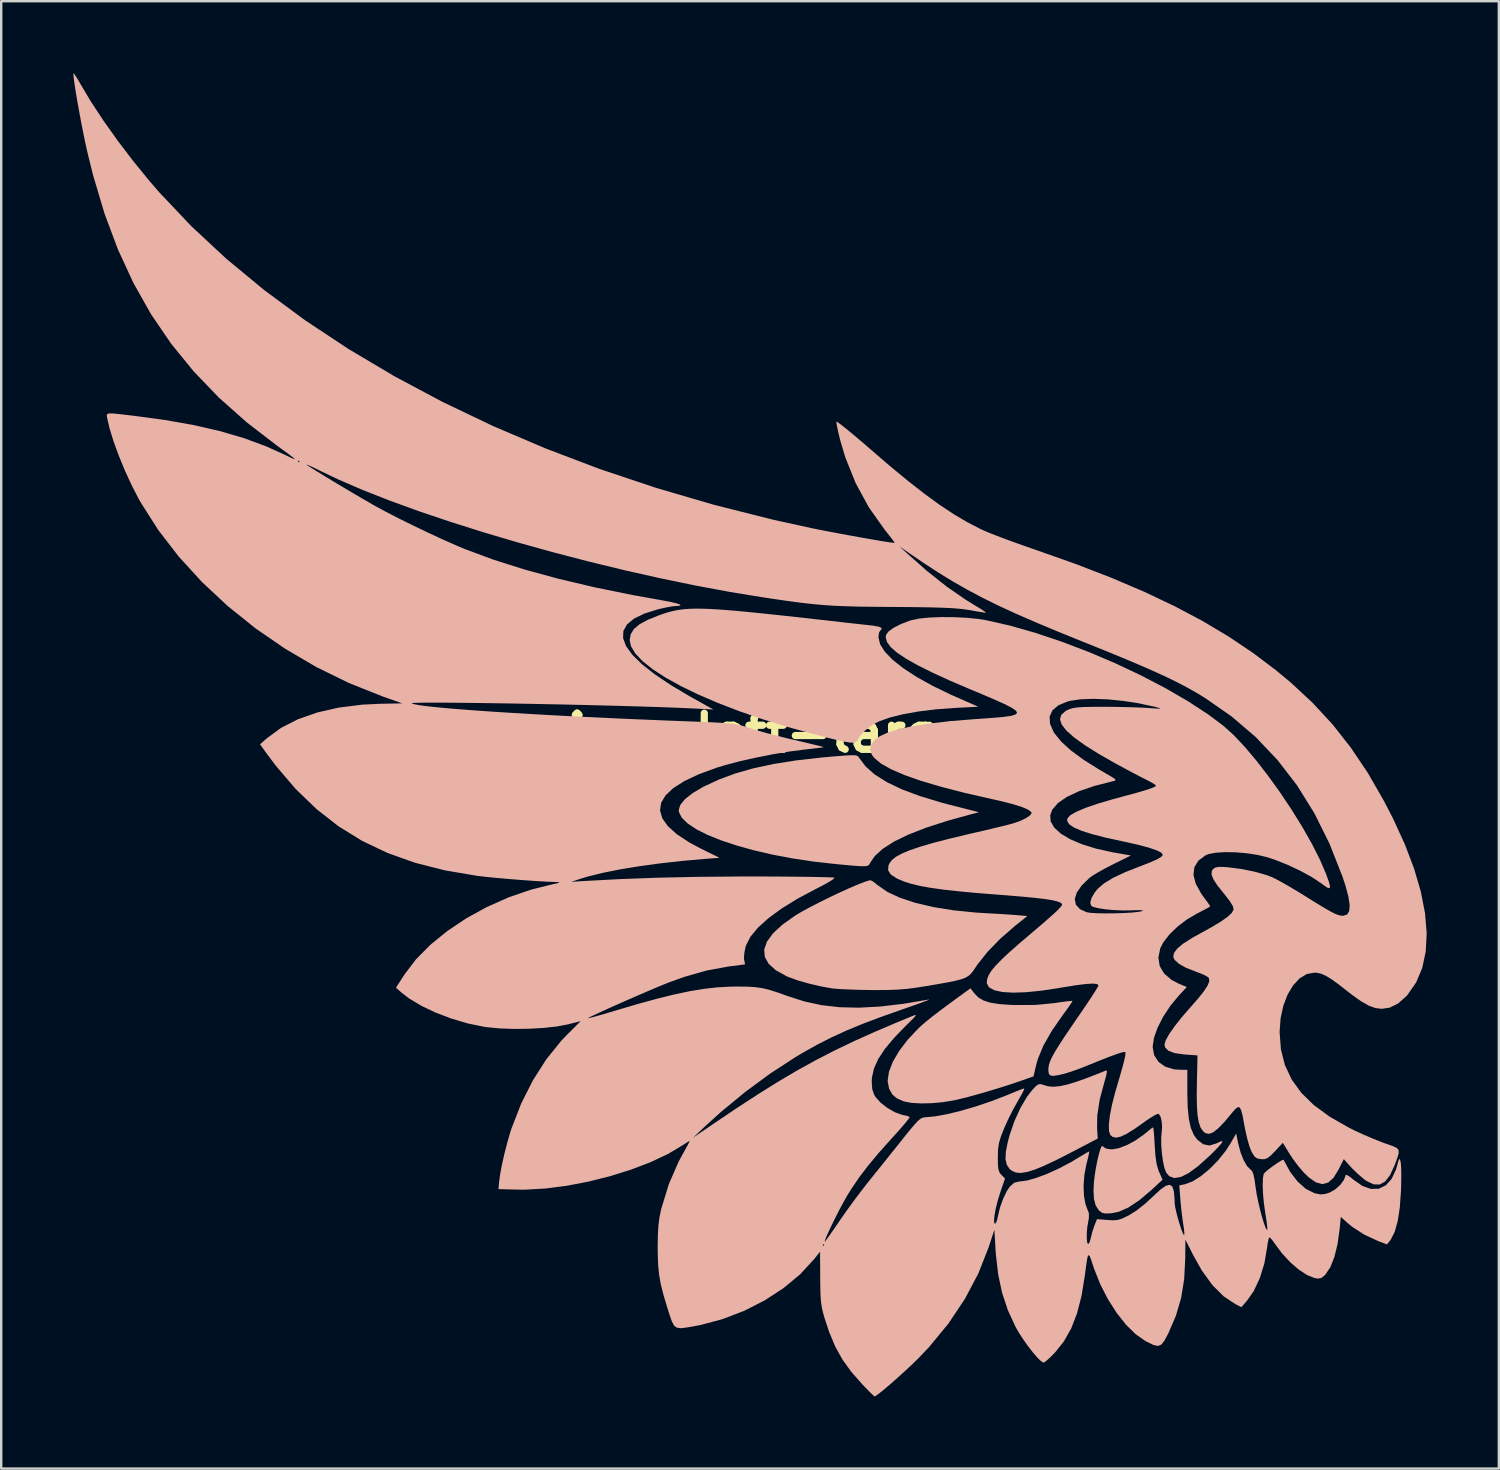
<source format=kicad_pcb>
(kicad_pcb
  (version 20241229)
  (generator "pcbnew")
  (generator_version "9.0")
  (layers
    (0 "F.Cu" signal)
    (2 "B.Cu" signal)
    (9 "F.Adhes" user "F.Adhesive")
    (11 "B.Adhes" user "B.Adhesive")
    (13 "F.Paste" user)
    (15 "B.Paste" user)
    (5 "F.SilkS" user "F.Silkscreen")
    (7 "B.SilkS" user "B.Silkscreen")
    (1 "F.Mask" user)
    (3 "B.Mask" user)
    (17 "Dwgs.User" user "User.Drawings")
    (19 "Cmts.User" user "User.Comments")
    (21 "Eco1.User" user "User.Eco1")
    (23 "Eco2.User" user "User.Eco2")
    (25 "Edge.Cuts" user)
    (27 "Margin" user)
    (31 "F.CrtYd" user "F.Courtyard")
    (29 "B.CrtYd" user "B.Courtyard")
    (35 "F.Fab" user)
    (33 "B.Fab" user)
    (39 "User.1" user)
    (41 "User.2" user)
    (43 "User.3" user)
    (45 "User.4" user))
  (footprint "wing-left-large"
    (layer "F.Cu")
    (at 28.121 27.421)
    (property "Reference" "wing-left-large" (at 0 0 0) (layer "F.SilkS") (effects (font (size 1.5 1.5) (thickness 0.3))))
    (attr board_only exclude_from_pos_files exclude_from_bom)
    (fp_poly (pts (xy 14.846 14.068) (xy 14.82 14.226) (xy 14.748 14.484) (xy 14.738 14.516) (xy 14.545 15.242) (xy 14.444 15.902) (xy 14.436 16.42) (xy 14.464 16.86) (xy 13.353 17.44) (xy 12.75 17.748) (xy 12.252 17.983) (xy 11.847 18.15) (xy 11.521 18.251) (xy 11.262 18.291) (xy 11.057 18.273) (xy 10.892 18.2) (xy 10.797 18.121) (xy 10.68 17.946) (xy 10.629 17.71) (xy 10.645 17.396) (xy 10.728 16.985) (xy 10.804 16.703) (xy 11.002 16.131) (xy 11.247 15.593) (xy 11.52 15.128) (xy 11.742 14.839) (xy 11.896 14.676) (xy 12.003 14.603) (xy 12.106 14.6) (xy 12.194 14.629) (xy 12.395 14.687) (xy 12.618 14.706) (xy 12.879 14.683) (xy 13.196 14.615) (xy 13.584 14.497) (xy 14.06 14.326) (xy 14.642 14.098) (xy 14.823 14.025)) (stroke (width 0) (type solid)) (fill yes) (layer "B.SilkS"))
    (fp_poly (pts (xy 16.78 16.459) (xy 16.799 16.637) (xy 16.818 16.898) (xy 16.832 17.155) (xy 16.863 17.59) (xy 16.912 17.918) (xy 16.984 18.171) (xy 17.013 18.243) (xy 17.158 18.571) (xy 16.679 19.013) (xy 16.181 19.433) (xy 15.733 19.73) (xy 15.327 19.908) (xy 15.026 19.967) (xy 14.793 19.977) (xy 14.647 19.948) (xy 14.535 19.867) (xy 14.505 19.837) (xy 14.377 19.639) (xy 14.306 19.369) (xy 14.288 19.005) (xy 14.304 18.689) (xy 14.336 18.404) (xy 14.385 18.092) (xy 14.446 17.782) (xy 14.511 17.507) (xy 14.574 17.296) (xy 14.626 17.181) (xy 14.644 17.168) (xy 14.726 17.218) (xy 14.74 17.238) (xy 14.832 17.283) (xy 15.008 17.307) (xy 15.069 17.309) (xy 15.342 17.261) (xy 15.675 17.132) (xy 16.031 16.939) (xy 16.372 16.7) (xy 16.455 16.632) (xy 16.617 16.498) (xy 16.732 16.411) (xy 16.765 16.394)) (stroke (width 0) (type solid)) (fill yes) (layer "B.SilkS"))
    (fp_poly (pts (xy 9.334 10.823) (xy 9.502 10.994) (xy 9.715 11.121) (xy 9.996 11.211) (xy 10.367 11.27) (xy 10.848 11.304) (xy 11.011 11.31) (xy 11.869 11.306) (xy 12.636 11.232) (xy 12.659 11.228) (xy 12.962 11.185) (xy 13.208 11.153) (xy 13.368 11.137) (xy 13.413 11.138) (xy 13.382 11.199) (xy 13.284 11.347) (xy 13.134 11.556) (xy 13.023 11.706) (xy 12.555 12.381) (xy 12.204 12.998) (xy 11.974 13.551) (xy 11.91 13.777) (xy 11.793 14.275) (xy 11.297 14.45) (xy 10.774 14.627) (xy 10.205 14.806) (xy 9.632 14.976) (xy 9.094 15.125) (xy 8.632 15.24) (xy 8.478 15.274) (xy 8.028 15.348) (xy 7.558 15.39) (xy 7.108 15.4) (xy 6.714 15.376) (xy 6.415 15.318) (xy 6.385 15.308) (xy 6.107 15.184) (xy 5.926 15.028) (xy 5.797 14.802) (xy 5.789 14.784) (xy 5.729 14.465) (xy 5.783 14.089) (xy 5.945 13.669) (xy 6.206 13.22) (xy 6.56 12.756) (xy 6.999 12.289) (xy 7.177 12.123) (xy 7.352 11.976) (xy 7.609 11.771) (xy 7.919 11.534) (xy 8.249 11.288) (xy 8.332 11.227) (xy 9.171 10.615)) (stroke (width 0) (type solid)) (fill yes) (layer "B.SilkS"))
    (fp_poly (pts (xy 4.424 0.936) (xy 4.49 0.965) (xy 4.529 1.01) (xy 4.535 1.021) (xy 4.809 1.386) (xy 5.194 1.727) (xy 5.697 2.044) (xy 6.321 2.343) (xy 7.073 2.624) (xy 7.959 2.892) (xy 8.333 2.991) (xy 9.524 3.295) (xy 9.212 3.375) (xy 8.203 3.654) (xy 7.332 3.936) (xy 6.598 4.222) (xy 5.999 4.512) (xy 5.534 4.809) (xy 5.2 5.111) (xy 5.023 5.365) (xy 4.985 5.437) (xy 4.947 5.489) (xy 4.887 5.523) (xy 4.786 5.539) (xy 4.625 5.539) (xy 4.383 5.523) (xy 4.042 5.493) (xy 3.581 5.45) (xy 3.553 5.447) (xy 2.647 5.346) (xy 1.772 5.214) (xy 0.94 5.056) (xy 0.16 4.876) (xy -0.557 4.676) (xy -1.2 4.462) (xy -1.759 4.236) (xy -2.224 4.002) (xy -2.584 3.763) (xy -2.828 3.524) (xy -2.946 3.287) (xy -2.955 3.201) (xy -2.888 2.985) (xy -2.692 2.748) (xy -2.377 2.5) (xy -1.953 2.248) (xy -1.913 2.227) (xy -1.278 1.932) (xy -0.593 1.679) (xy 0.158 1.466) (xy 0.993 1.288) (xy 1.926 1.14) (xy 2.975 1.021) (xy 3.444 0.979) (xy 3.843 0.947) (xy 4.123 0.928) (xy 4.31 0.924)) (stroke (width 0) (type solid)) (fill yes) (layer "B.SilkS"))
    (fp_poly (pts (xy 5.106 6.164) (xy 5.252 6.273) (xy 5.323 6.333) (xy 5.72 6.608) (xy 6.244 6.852) (xy 6.884 7.063) (xy 7.629 7.237) (xy 8.468 7.372) (xy 9.389 7.465) (xy 9.854 7.494) (xy 10.231 7.514) (xy 10.608 7.537) (xy 10.932 7.559) (xy 11.097 7.572) (xy 11.535 7.61) (xy 11.027 8.018) (xy 10.416 8.549) (xy 9.891 9.088) (xy 9.475 9.611) (xy 9.404 9.714) (xy 9.297 9.874) (xy 9.2 9.999) (xy 9.092 10.098) (xy 8.954 10.177) (xy 8.768 10.245) (xy 8.514 10.309) (xy 8.172 10.377) (xy 7.724 10.456) (xy 7.363 10.517) (xy 6.912 10.589) (xy 6.52 10.639) (xy 6.138 10.669) (xy 5.722 10.684) (xy 5.223 10.687) (xy 5.077 10.686) (xy 4.637 10.68) (xy 4.213 10.667) (xy 3.838 10.651) (xy 3.547 10.631) (xy 3.412 10.616) (xy 2.952 10.534) (xy 2.47 10.421) (xy 2.014 10.292) (xy 1.634 10.157) (xy 1.522 10.109) (xy 1.083 9.864) (xy 0.783 9.597) (xy 0.622 9.308) (xy 0.598 8.999) (xy 0.713 8.673) (xy 0.965 8.328) (xy 1.355 7.968) (xy 1.882 7.594) (xy 1.9 7.582) (xy 2.167 7.423) (xy 2.506 7.239) (xy 2.893 7.04) (xy 3.306 6.836) (xy 3.721 6.639) (xy 4.117 6.459) (xy 4.469 6.308) (xy 4.756 6.195) (xy 4.954 6.131) (xy 5.018 6.121)) (stroke (width 0) (type solid)) (fill yes) (layer "B.SilkS"))
    (fp_poly (pts (xy -1.757 -5.16) (xy -1.314 -5.136) (xy -0.795 -5.097) (xy -0.187 -5.042) (xy 0.521 -4.971) (xy 1.339 -4.884) (xy 2.279 -4.78) (xy 2.885 -4.712) (xy 3.404 -4.654) (xy 3.896 -4.598) (xy 4.338 -4.549) (xy 4.706 -4.508) (xy 4.979 -4.478) (xy 5.119 -4.462) (xy 5.367 -4.419) (xy 5.481 -4.36) (xy 5.457 -4.285) (xy 5.418 -4.257) (xy 5.369 -4.163) (xy 5.347 -3.994) (xy 5.347 -3.982) (xy 5.415 -3.692) (xy 5.614 -3.378) (xy 5.938 -3.042) (xy 6.38 -2.692) (xy 6.935 -2.33) (xy 7.595 -1.962) (xy 8.356 -1.594) (xy 8.573 -1.497) (xy 9.496 -1.091) (xy 8.503 -1.04) (xy 7.743 -0.984) (xy 7.033 -0.897) (xy 6.392 -0.784) (xy 5.84 -0.648) (xy 5.394 -0.492) (xy 5.136 -0.363) (xy 4.88 -0.179) (xy 4.661 0.029) (xy 4.518 0.221) (xy 4.498 0.264) (xy 4.461 0.334) (xy 4.403 0.382) (xy 4.308 0.404) (xy 4.161 0.398) (xy 3.945 0.364) (xy 3.644 0.298) (xy 3.243 0.2) (xy 2.725 0.067) (xy 2.603 0.035) (xy 1.531 -0.262) (xy 0.512 -0.578) (xy -0.444 -0.908) (xy -1.331 -1.25) (xy -2.141 -1.598) (xy -2.866 -1.949) (xy -3.498 -2.299) (xy -4.029 -2.644) (xy -4.452 -2.98) (xy -4.759 -3.303) (xy -4.942 -3.609) (xy -4.994 -3.863) (xy -4.951 -4.106) (xy -4.819 -4.322) (xy -4.584 -4.52) (xy -4.235 -4.709) (xy -3.761 -4.899) (xy -3.65 -4.938) (xy -3.431 -5.009) (xy -3.213 -5.067) (xy -2.986 -5.113) (xy -2.738 -5.146) (xy -2.458 -5.165) (xy -2.135 -5.17)) (stroke (width 0) (type solid)) (fill yes) (layer "B.SilkS"))
    (fp_poly (pts (xy 8.471 -4.815) (xy 8.996 -4.79) (xy 9.486 -4.742) (xy 9.815 -4.69) (xy 10.818 -4.463) (xy 11.879 -4.16) (xy 12.976 -3.792) (xy 14.088 -3.368) (xy 15.191 -2.899) (xy 16.263 -2.393) (xy 17.281 -1.862) (xy 18.224 -1.315) (xy 19.068 -0.763) (xy 19.692 -0.295) (xy 20.11 0.082) (xy 20.568 0.568) (xy 21.053 1.142) (xy 21.548 1.782) (xy 22.041 2.467) (xy 22.515 3.176) (xy 22.958 3.889) (xy 23.353 4.583) (xy 23.687 5.239) (xy 23.945 5.834) (xy 23.961 5.877) (xy 24.072 6.185) (xy 24.121 6.374) (xy 24.104 6.453) (xy 24.015 6.433) (xy 23.85 6.323) (xy 23.764 6.258) (xy 23.378 5.999) (xy 22.898 5.735) (xy 22.367 5.485) (xy 21.829 5.271) (xy 21.495 5.161) (xy 21.095 5.066) (xy 20.651 4.999) (xy 20.195 4.961) (xy 19.759 4.953) (xy 19.376 4.977) (xy 19.077 5.032) (xy 18.951 5.082) (xy 18.649 5.307) (xy 18.48 5.581) (xy 18.443 5.901) (xy 18.538 6.267) (xy 18.765 6.679) (xy 18.889 6.852) (xy 19.023 7.031) (xy 19.113 7.161) (xy 19.138 7.206) (xy 19.079 7.248) (xy 18.923 7.335) (xy 18.699 7.451) (xy 18.6 7.501) (xy 18.176 7.748) (xy 17.781 8.05) (xy 17.441 8.379) (xy 17.186 8.709) (xy 17.063 8.95) (xy 16.984 9.336) (xy 17.04 9.69) (xy 17.225 10.003) (xy 17.534 10.266) (xy 17.806 10.409) (xy 18.164 10.563) (xy 17.845 10.904) (xy 17.491 11.33) (xy 17.189 11.786) (xy 16.954 12.243) (xy 16.802 12.672) (xy 16.746 13.045) (xy 16.746 13.054) (xy 16.809 13.394) (xy 16.988 13.671) (xy 17.267 13.871) (xy 17.633 13.982) (xy 17.871 14) (xy 18.188 14.002) (xy 18.188 14.969) (xy 18.203 15.569) (xy 18.252 16.049) (xy 18.336 16.425) (xy 18.461 16.715) (xy 18.603 16.907) (xy 18.849 17.097) (xy 19.11 17.149) (xy 19.398 17.063) (xy 19.433 17.045) (xy 19.593 16.969) (xy 19.65 16.975) (xy 19.603 17.064) (xy 19.451 17.238) (xy 19.193 17.499) (xy 19.09 17.599) (xy 18.633 18.009) (xy 18.242 18.296) (xy 17.913 18.46) (xy 17.644 18.502) (xy 17.434 18.423) (xy 17.313 18.284) (xy 17.239 18.094) (xy 17.176 17.808) (xy 17.129 17.468) (xy 17.103 17.12) (xy 17.102 16.807) (xy 17.118 16.644) (xy 17.138 16.389) (xy 17.121 16.145) (xy 17.075 15.95) (xy 17.006 15.841) (xy 16.974 15.831) (xy 16.871 15.87) (xy 16.69 15.975) (xy 16.466 16.125) (xy 16.403 16.171) (xy 15.987 16.464) (xy 15.66 16.666) (xy 15.409 16.784) (xy 15.219 16.823) (xy 15.076 16.787) (xy 14.986 16.71) (xy 14.931 16.55) (xy 14.925 16.277) (xy 14.968 15.907) (xy 15.055 15.459) (xy 15.185 14.949) (xy 15.236 14.776) (xy 15.387 14.263) (xy 15.498 13.871) (xy 15.571 13.587) (xy 15.61 13.398) (xy 15.617 13.292) (xy 15.606 13.261) (xy 15.517 13.265) (xy 15.302 13.33) (xy 14.961 13.454) (xy 14.494 13.638) (xy 14.051 13.819) (xy 13.603 13.993) (xy 13.202 14.128) (xy 12.868 14.217) (xy 12.624 14.254) (xy 12.515 14.245) (xy 12.435 14.181) (xy 12.41 14.035) (xy 12.414 13.928) (xy 12.433 13.801) (xy 12.479 13.657) (xy 12.559 13.48) (xy 12.681 13.258) (xy 12.854 12.976) (xy 13.086 12.621) (xy 13.385 12.179) (xy 13.734 11.671) (xy 13.972 11.323) (xy 14.18 11.011) (xy 14.344 10.756) (xy 14.453 10.577) (xy 14.494 10.493) (xy 14.494 10.492) (xy 14.442 10.438) (xy 14.28 10.418) (xy 14.003 10.432) (xy 13.604 10.48) (xy 13.077 10.563) (xy 12.891 10.595) (xy 12.15 10.709) (xy 11.5 10.776) (xy 10.948 10.795) (xy 10.5 10.768) (xy 10.164 10.695) (xy 9.946 10.576) (xy 9.853 10.413) (xy 9.85 10.373) (xy 9.869 10.223) (xy 9.931 10.062) (xy 10.046 9.88) (xy 10.224 9.666) (xy 10.475 9.409) (xy 10.807 9.099) (xy 11.232 8.726) (xy 11.759 8.278) (xy 11.785 8.255) (xy 12.094 7.993) (xy 12.38 7.744) (xy 12.618 7.532) (xy 12.785 7.378) (xy 12.83 7.332) (xy 12.953 7.195) (xy 12.985 7.121) (xy 12.936 7.069) (xy 12.889 7.043) (xy 12.758 6.994) (xy 12.547 6.947) (xy 12.245 6.9) (xy 11.84 6.853) (xy 11.322 6.803) (xy 10.68 6.75) (xy 10.308 6.721) (xy 9.435 6.652) (xy 8.69 6.583) (xy 8.058 6.513) (xy 7.528 6.439) (xy 7.086 6.36) (xy 6.718 6.273) (xy 6.412 6.176) (xy 6.153 6.067) (xy 6.108 6.044) (xy 5.862 5.884) (xy 5.75 5.713) (xy 5.762 5.515) (xy 5.803 5.422) (xy 5.907 5.281) (xy 6.079 5.145) (xy 6.329 5.008) (xy 6.665 4.869) (xy 7.098 4.723) (xy 7.638 4.566) (xy 8.294 4.396) (xy 9.077 4.208) (xy 9.323 4.152) (xy 9.754 4.052) (xy 10.163 3.955) (xy 10.521 3.868) (xy 10.796 3.799) (xy 10.941 3.76) (xy 11.227 3.661) (xy 11.469 3.546) (xy 11.64 3.432) (xy 11.715 3.333) (xy 11.709 3.298) (xy 11.577 3.191) (xy 11.306 3.074) (xy 10.896 2.948) (xy 10.346 2.81) (xy 10.061 2.747) (xy 8.945 2.493) (xy 7.967 2.241) (xy 7.128 1.993) (xy 6.428 1.748) (xy 5.868 1.506) (xy 5.447 1.267) (xy 5.167 1.032) (xy 5.07 0.899) (xy 5.002 0.696) (xy 5.034 0.517) (xy 5.161 0.317) (xy 5.398 0.137) (xy 5.749 -0.024) (xy 6.218 -0.167) (xy 6.808 -0.292) (xy 7.526 -0.401) (xy 8.374 -0.496) (xy 9.358 -0.576) (xy 9.521 -0.587) (xy 10.076 -0.626) (xy 10.514 -0.664) (xy 10.695 -0.689) (xy 12.465 -0.689) (xy 12.478 -0.388) (xy 12.626 -0.048) (xy 12.67 0.021) (xy 12.953 0.367) (xy 13.355 0.732) (xy 13.883 1.119) (xy 14.541 1.531) (xy 14.763 1.66) (xy 15.014 1.805) (xy 15.157 1.897) (xy 15.207 1.951) (xy 15.176 1.983) (xy 15.087 2.007) (xy 14.321 2.203) (xy 13.684 2.421) (xy 13.18 2.657) (xy 12.809 2.913) (xy 12.575 3.186) (xy 12.488 3.414) (xy 12.507 3.679) (xy 12.657 3.937) (xy 12.93 4.185) (xy 13.316 4.416) (xy 13.805 4.624) (xy 14.389 4.806) (xy 15.059 4.955) (xy 15.149 4.971) (xy 15.843 5.093) (xy 15.095 5.463) (xy 14.776 5.627) (xy 14.482 5.79) (xy 14.25 5.931) (xy 14.127 6.018) (xy 13.797 6.339) (xy 13.591 6.638) (xy 13.509 6.906) (xy 13.554 7.137) (xy 13.724 7.324) (xy 14.002 7.451) (xy 14.17 7.478) (xy 14.442 7.493) (xy 14.784 7.5) (xy 15.159 7.497) (xy 15.535 7.485) (xy 15.875 7.466) (xy 16.145 7.439) (xy 16.31 7.407) (xy 16.314 7.405) (xy 16.339 7.378) (xy 16.229 7.365) (xy 15.987 7.368) (xy 15.854 7.374) (xy 15.498 7.378) (xy 15.13 7.363) (xy 14.783 7.33) (xy 14.487 7.285) (xy 14.276 7.23) (xy 14.193 7.185) (xy 14.152 7.051) (xy 14.207 6.853) (xy 14.348 6.618) (xy 14.46 6.481) (xy 14.721 6.254) (xy 15.099 6.024) (xy 15.602 5.787) (xy 16.165 5.565) (xy 16.596 5.399) (xy 16.899 5.267) (xy 17.086 5.162) (xy 17.164 5.08) (xy 17.168 5.06) (xy 17.099 4.972) (xy 16.897 4.872) (xy 16.567 4.761) (xy 16.118 4.642) (xy 15.554 4.516) (xy 15.514 4.508) (xy 14.805 4.353) (xy 14.231 4.206) (xy 13.788 4.065) (xy 13.47 3.927) (xy 13.273 3.791) (xy 13.192 3.654) (xy 13.202 3.554) (xy 13.318 3.423) (xy 13.571 3.276) (xy 13.957 3.113) (xy 14.473 2.936) (xy 15.117 2.746) (xy 15.514 2.639) (xy 16.052 2.495) (xy 16.453 2.377) (xy 16.723 2.285) (xy 16.863 2.219) (xy 16.886 2.19) (xy 16.828 2.136) (xy 16.676 2.044) (xy 16.482 1.943) (xy 16.263 1.833) (xy 15.959 1.674) (xy 15.611 1.489) (xy 15.256 1.297) (xy 15.233 1.285) (xy 14.518 0.878) (xy 13.935 0.513) (xy 13.483 0.187) (xy 13.16 -0.101) (xy 12.964 -0.353) (xy 12.894 -0.571) (xy 12.948 -0.756) (xy 13.125 -0.911) (xy 13.193 -0.948) (xy 13.316 -1.001) (xy 13.454 -1.038) (xy 13.634 -1.064) (xy 13.879 -1.079) (xy 14.217 -1.086) (xy 14.635 -1.089) (xy 15.095 -1.086) (xy 15.571 -1.078) (xy 16.016 -1.066) (xy 16.386 -1.05) (xy 16.499 -1.043) (xy 16.815 -1.022) (xy 17.002 -1.012) (xy 17.071 -1.016) (xy 17.034 -1.035) (xy 16.903 -1.071) (xy 16.816 -1.093) (xy 16.177 -1.232) (xy 15.522 -1.334) (xy 14.88 -1.397) (xy 14.28 -1.42) (xy 13.748 -1.4) (xy 13.313 -1.336) (xy 13.212 -1.31) (xy 12.833 -1.154) (xy 12.584 -0.945) (xy 12.465 -0.689) (xy 10.695 -0.689) (xy 10.833 -0.707) (xy 11.033 -0.762) (xy 11.111 -0.832) (xy 11.066 -0.924) (xy 10.898 -1.043) (xy 10.604 -1.195) (xy 10.184 -1.384) (xy 9.635 -1.618) (xy 9.217 -1.792) (xy 8.344 -2.165) (xy 7.603 -2.504) (xy 6.987 -2.811) (xy 6.494 -3.089) (xy 6.118 -3.342) (xy 5.855 -3.572) (xy 5.7 -3.783) (xy 5.649 -3.976) (xy 5.665 -4.084) (xy 5.769 -4.223) (xy 5.984 -4.376) (xy 6.282 -4.528) (xy 6.636 -4.664) (xy 6.719 -4.69) (xy 7.036 -4.756) (xy 7.456 -4.798) (xy 7.946 -4.818)) (stroke (width 0) (type solid)) (fill yes) (layer "B.SilkS"))
    (fp_poly (pts (xy -28.072 -27.378) (xy -27.98 -27.238) (xy -27.857 -27.032) (xy -27.833 -26.988) (xy -27.39 -26.246) (xy -26.861 -25.443) (xy -26.267 -24.608) (xy -25.628 -23.77) (xy -24.967 -22.959) (xy -24.554 -22.48) (xy -23.222 -21.073) (xy -21.763 -19.715) (xy -20.183 -18.408) (xy -18.488 -17.157) (xy -16.683 -15.963) (xy -14.775 -14.83) (xy -12.769 -13.761) (xy -10.672 -12.759) (xy -8.489 -11.828) (xy -6.226 -10.969) (xy -3.889 -10.187) (xy -1.485 -9.484) (xy 0.981 -8.863) (xy 2.568 -8.515) (xy 2.913 -8.445) (xy 3.315 -8.368) (xy 3.753 -8.285) (xy 4.205 -8.202) (xy 4.65 -8.122) (xy 5.067 -8.049) (xy 5.434 -7.986) (xy 5.73 -7.938) (xy 5.933 -7.909) (xy 6.022 -7.901) (xy 6.024 -7.902) (xy 5.988 -7.959) (xy 5.882 -8.1) (xy 5.724 -8.303) (xy 5.604 -8.454) (xy 4.949 -9.378) (xy 4.401 -10.385) (xy 3.97 -11.457) (xy 3.76 -12.161) (xy 3.686 -12.463) (xy 3.631 -12.715) (xy 3.602 -12.887) (xy 3.6 -12.942) (xy 3.657 -12.916) (xy 3.805 -12.808) (xy 4.03 -12.629) (xy 4.318 -12.391) (xy 4.654 -12.106) (xy 4.996 -11.811) (xy 5.828 -11.095) (xy 6.58 -10.475) (xy 7.263 -9.942) (xy 7.889 -9.486) (xy 8.473 -9.099) (xy 9.026 -8.771) (xy 9.561 -8.494) (xy 9.7 -8.428) (xy 9.937 -8.327) (xy 10.279 -8.192) (xy 10.701 -8.034) (xy 11.174 -7.862) (xy 11.671 -7.687) (xy 11.951 -7.59) (xy 13.562 -7.02) (xy 15.043 -6.447) (xy 16.406 -5.866) (xy 17.664 -5.269) (xy 18.827 -4.652) (xy 19.907 -4.007) (xy 20.916 -3.33) (xy 21.865 -2.614) (xy 22.487 -2.098) (xy 23.394 -1.256) (xy 24.222 -0.361) (xy 24.983 0.606) (xy 25.694 1.665) (xy 26.367 2.834) (xy 26.738 3.553) (xy 27.229 4.624) (xy 27.615 5.641) (xy 27.896 6.6) (xy 28.07 7.497) (xy 28.138 8.327) (xy 28.099 9.086) (xy 27.953 9.769) (xy 27.7 10.371) (xy 27.34 10.888) (xy 27.293 10.941) (xy 26.949 11.247) (xy 26.6 11.419) (xy 26.269 11.467) (xy 26.01 11.436) (xy 25.735 11.337) (xy 25.421 11.16) (xy 25.045 10.894) (xy 24.858 10.748) (xy 24.482 10.454) (xy 24.188 10.242) (xy 23.957 10.099) (xy 23.765 10.013) (xy 23.591 9.971) (xy 23.474 9.962) (xy 23.15 10.022) (xy 22.849 10.206) (xy 22.581 10.497) (xy 22.354 10.879) (xy 22.18 11.336) (xy 22.066 11.851) (xy 22.024 12.409) (xy 22.024 12.444) (xy 22.078 13.152) (xy 22.243 13.803) (xy 22.523 14.401) (xy 22.922 14.954) (xy 23.445 15.467) (xy 24.097 15.945) (xy 24.883 16.396) (xy 25.154 16.531) (xy 25.52 16.699) (xy 25.917 16.869) (xy 26.283 17.015) (xy 26.44 17.072) (xy 26.716 17.167) (xy 26.889 17.246) (xy 26.971 17.338) (xy 26.974 17.473) (xy 26.911 17.683) (xy 26.8 17.981) (xy 26.616 18.381) (xy 26.413 18.644) (xy 26.187 18.771) (xy 25.932 18.764) (xy 25.642 18.627) (xy 25.533 18.549) (xy 25.295 18.347) (xy 25.05 18.111) (xy 24.958 18.013) (xy 24.693 17.715) (xy 24.477 18.147) (xy 24.269 18.486) (xy 24.046 18.689) (xy 23.805 18.755) (xy 23.539 18.684) (xy 23.241 18.479) (xy 23.03 18.273) (xy 22.801 18.006) (xy 22.568 17.693) (xy 22.422 17.472) (xy 22.159 17.037) (xy 21.832 17.388) (xy 21.645 17.577) (xy 21.509 17.68) (xy 21.384 17.718) (xy 21.253 17.717) (xy 21.092 17.687) (xy 20.981 17.607) (xy 20.877 17.441) (xy 20.845 17.379) (xy 20.767 17.175) (xy 20.682 16.878) (xy 20.602 16.532) (xy 20.555 16.288) (xy 20.488 15.923) (xy 20.427 15.687) (xy 20.362 15.568) (xy 20.283 15.555) (xy 20.177 15.639) (xy 20.055 15.782) (xy 19.732 16.167) (xy 19.47 16.438) (xy 19.259 16.602) (xy 19.086 16.666) (xy 18.941 16.637) (xy 18.839 16.552) (xy 18.738 16.399) (xy 18.664 16.188) (xy 18.614 15.9) (xy 18.586 15.519) (xy 18.579 15.027) (xy 18.585 14.6) (xy 18.61 13.404) (xy 18.069 13.365) (xy 17.669 13.31) (xy 17.401 13.211) (xy 17.262 13.065) (xy 17.239 12.953) (xy 17.289 12.776) (xy 17.432 12.519) (xy 17.658 12.195) (xy 17.955 11.819) (xy 18.29 11.434) (xy 18.634 11.042) (xy 18.878 10.734) (xy 19.032 10.498) (xy 19.1 10.324) (xy 19.089 10.2) (xy 19.067 10.167) (xy 18.962 10.096) (xy 18.765 10.005) (xy 18.538 9.92) (xy 18.141 9.765) (xy 17.843 9.599) (xy 17.659 9.432) (xy 17.604 9.312) (xy 17.632 9.147) (xy 17.766 8.965) (xy 18.014 8.759) (xy 18.383 8.522) (xy 18.714 8.338) (xy 19.216 8.061) (xy 19.596 7.83) (xy 19.865 7.64) (xy 20.032 7.484) (xy 20.106 7.353) (xy 20.11 7.333) (xy 20.077 7.193) (xy 19.944 6.976) (xy 19.71 6.677) (xy 19.441 6.341) (xy 19.272 6.083) (xy 19.195 5.888) (xy 19.204 5.741) (xy 19.262 5.656) (xy 19.351 5.595) (xy 19.485 5.568) (xy 19.7 5.57) (xy 19.878 5.583) (xy 20.436 5.654) (xy 20.992 5.767) (xy 21.491 5.911) (xy 21.706 5.992) (xy 21.888 6.081) (xy 22.158 6.228) (xy 22.487 6.418) (xy 22.845 6.633) (xy 23.043 6.755) (xy 23.489 7.032) (xy 23.833 7.242) (xy 24.094 7.394) (xy 24.289 7.496) (xy 24.435 7.558) (xy 24.55 7.59) (xy 24.65 7.599) (xy 24.659 7.599) (xy 24.825 7.551) (xy 24.917 7.405) (xy 24.937 7.155) (xy 24.883 6.798) (xy 24.756 6.328) (xy 24.639 5.974) (xy 24.1 4.605) (xy 23.473 3.344) (xy 22.756 2.188) (xy 21.945 1.134) (xy 21.039 0.177) (xy 20.034 -0.684) (xy 18.928 -1.453) (xy 18.91 -1.464) (xy 18.562 -1.675) (xy 18.199 -1.88) (xy 17.807 -2.087) (xy 17.373 -2.3) (xy 16.881 -2.528) (xy 16.318 -2.776) (xy 15.669 -3.051) (xy 14.921 -3.36) (xy 14.058 -3.709) (xy 13.82 -3.804) (xy 12.795 -4.219) (xy 11.886 -4.6) (xy 11.074 -4.954) (xy 10.341 -5.292) (xy 9.67 -5.623) (xy 9.042 -5.956) (xy 8.44 -6.3) (xy 7.845 -6.664) (xy 7.239 -7.058) (xy 6.604 -7.491) (xy 6.579 -7.509) (xy 6.227 -7.754) (xy 6.543 -7.462) (xy 7.379 -6.724) (xy 8.173 -6.095) (xy 8.949 -5.556) (xy 9.427 -5.262) (xy 9.634 -5.136) (xy 9.773 -5.043) (xy 9.819 -4.998) (xy 9.814 -4.997) (xy 9.718 -5.009) (xy 9.518 -5.041) (xy 9.251 -5.087) (xy 9.112 -5.112) (xy 8.897 -5.144) (xy 8.644 -5.171) (xy 8.336 -5.193) (xy 7.958 -5.209) (xy 7.494 -5.222) (xy 6.926 -5.231) (xy 6.241 -5.237) (xy 5.945 -5.239) (xy 5.192 -5.245) (xy 4.552 -5.253) (xy 3.998 -5.268) (xy 3.503 -5.289) (xy 3.039 -5.32) (xy 2.578 -5.363) (xy 2.095 -5.418) (xy 1.56 -5.49) (xy 0.947 -5.579) (xy 0.563 -5.636) (xy -0.822 -5.862) (xy -2.257 -6.129) (xy -3.727 -6.433) (xy -5.218 -6.768) (xy -6.714 -7.132) (xy -8.201 -7.519) (xy -9.664 -7.926) (xy -11.088 -8.348) (xy -12.458 -8.781) (xy -13.76 -9.22) (xy -14.977 -9.663) (xy -16.097 -10.103) (xy -17.102 -10.537) (xy -17.813 -10.876) (xy -18.075 -11.005) (xy -18.282 -11.102) (xy -18.408 -11.155) (xy -18.434 -11.16) (xy -18.377 -11.116) (xy -18.217 -11.013) (xy -17.973 -10.861) (xy -17.665 -10.672) (xy -17.312 -10.459) (xy -16.932 -10.231) (xy -16.545 -10.001) (xy -16.169 -9.78) (xy -15.823 -9.58) (xy -15.571 -9.435) (xy -15.124 -9.193) (xy -14.584 -8.915) (xy -13.986 -8.62) (xy -13.367 -8.324) (xy -12.764 -8.045) (xy -12.214 -7.801) (xy -11.831 -7.64) (xy -10.675 -7.211) (xy -9.39 -6.803) (xy -7.987 -6.419) (xy -6.475 -6.061) (xy -4.864 -5.733) (xy -3.641 -5.514) (xy -3.297 -5.45) (xy -3.049 -5.39) (xy -2.907 -5.339) (xy -2.881 -5.301) (xy -2.98 -5.28) (xy -3.085 -5.277) (xy -3.249 -5.26) (xy -3.498 -5.214) (xy -3.784 -5.149) (xy -3.829 -5.138) (xy -4.391 -4.961) (xy -4.816 -4.753) (xy -5.104 -4.514) (xy -5.255 -4.245) (xy -5.269 -3.945) (xy -5.146 -3.614) (xy -4.887 -3.254) (xy -4.491 -2.864) (xy -3.958 -2.444) (xy -3.289 -1.995) (xy -2.484 -1.516) (xy -2.336 -1.434) (xy -1.513 -0.976) (xy -2.322 -1.018) (xy -2.783 -1.039) (xy -3.329 -1.061) (xy -3.948 -1.083) (xy -4.629 -1.104) (xy -5.36 -1.125) (xy -6.128 -1.145) (xy -6.921 -1.165) (xy -7.727 -1.183) (xy -8.534 -1.2) (xy -9.331 -1.215) (xy -10.105 -1.229) (xy -10.844 -1.24) (xy -11.536 -1.249) (xy -12.169 -1.256) (xy -12.731 -1.26) (xy -13.21 -1.261) (xy -13.594 -1.259) (xy -13.87 -1.254) (xy -14.028 -1.245) (xy -14.06 -1.235) (xy -13.957 -1.196) (xy -13.721 -1.153) (xy -13.361 -1.106) (xy -12.884 -1.057) (xy -12.299 -1.005) (xy -11.613 -0.951) (xy -10.835 -0.896) (xy -9.973 -0.84) (xy -9.035 -0.784) (xy -8.029 -0.728) (xy -6.963 -0.673) (xy -5.845 -0.62) (xy -4.683 -0.568) (xy -3.486 -0.519) (xy -2.709 -0.489) (xy -2.104 -0.466) (xy -1.621 -0.446) (xy -1.241 -0.426) (xy -0.944 -0.406) (xy -0.712 -0.382) (xy -0.525 -0.353) (xy -0.364 -0.317) (xy -0.211 -0.272) (xy -0.046 -0.217) (xy -0.035 -0.213) (xy 0.224 -0.131) (xy 0.584 -0.028) (xy 1.009 0.085) (xy 1.463 0.199) (xy 1.792 0.277) (xy 2.193 0.371) (xy 2.543 0.454) (xy 2.821 0.521) (xy 3.005 0.567) (xy 3.073 0.587) (xy 3.014 0.6) (xy 2.842 0.624) (xy 2.583 0.655) (xy 2.266 0.69) (xy 1.651 0.77) (xy 0.974 0.882) (xy 0.276 1.019) (xy -0.399 1.171) (xy -1.007 1.33) (xy -1.371 1.441) (xy -2.112 1.712) (xy -2.715 1.995) (xy -3.178 2.289) (xy -3.502 2.592) (xy -3.687 2.903) (xy -3.732 3.222) (xy -3.638 3.547) (xy -3.404 3.878) (xy -3.029 4.213) (xy -2.514 4.551) (xy -2.033 4.808) (xy -1.259 5.189) (xy -1.879 5.236) (xy -2.818 5.319) (xy -3.731 5.421) (xy -4.598 5.54) (xy -5.398 5.672) (xy -6.11 5.814) (xy -6.714 5.962) (xy -7.001 6.049) (xy -7.423 6.187) (xy -6.895 6.154) (xy -5.408 6.075) (xy -3.853 6.017) (xy -2.21 5.981) (xy -0.458 5.966) (xy 0.262 5.965) (xy 0.919 5.967) (xy 1.534 5.971) (xy 2.092 5.976) (xy 2.578 5.983) (xy 2.978 5.991) (xy 3.278 5.999) (xy 3.463 6.009) (xy 3.519 6.016) (xy 3.488 6.062) (xy 3.351 6.156) (xy 3.128 6.285) (xy 2.84 6.436) (xy 2.764 6.474) (xy 1.996 6.882) (xy 1.331 7.292) (xy 0.776 7.697) (xy 0.338 8.093) (xy 0.024 8.473) (xy -0.159 8.833) (xy -0.17 8.866) (xy -0.224 9.112) (xy -0.244 9.336) (xy -0.237 9.422) (xy -0.197 9.619) (xy -0.89 9.709) (xy -1.782 9.872) (xy -2.716 10.137) (xy -3.367 10.37) (xy -3.608 10.467) (xy -3.922 10.598) (xy -4.288 10.754) (xy -4.687 10.926) (xy -5.1 11.107) (xy -5.506 11.286) (xy -5.885 11.455) (xy -6.217 11.606) (xy -6.483 11.73) (xy -6.663 11.817) (xy -6.736 11.86) (xy -6.737 11.862) (xy -6.666 11.849) (xy -6.483 11.801) (xy -6.21 11.725) (xy -5.87 11.625) (xy -5.557 11.532) (xy -4.638 11.261) (xy -3.83 11.04) (xy -3.115 10.864) (xy -2.475 10.73) (xy -1.891 10.635) (xy -1.345 10.574) (xy -0.817 10.545) (xy -0.528 10.54) (xy -0.11 10.545) (xy 0.23 10.566) (xy 0.536 10.611) (xy 0.85 10.689) (xy 1.215 10.808) (xy 1.583 10.941) (xy 2.275 11.162) (xy 2.987 11.316) (xy 3.737 11.401) (xy 4.542 11.42) (xy 5.419 11.372) (xy 6.386 11.258) (xy 7.453 11.079) (xy 7.446 11.09) (xy 7.323 11.14) (xy 7.1 11.223) (xy 6.793 11.333) (xy 6.42 11.463) (xy 6.332 11.493) (xy 5.46 11.801) (xy 4.699 12.089) (xy 4.021 12.369) (xy 3.401 12.653) (xy 2.81 12.953) (xy 2.224 13.281) (xy 1.89 13.479) (xy 0.852 14.155) (xy -0.196 14.927) (xy -1.208 15.761) (xy -1.865 16.357) (xy -2.357 16.822) (xy -1.513 16.247) (xy -0.541 15.593) (xy 0.345 15.016) (xy 1.169 14.501) (xy 1.955 14.037) (xy 2.727 13.61) (xy 3.508 13.208) (xy 4.321 12.817) (xy 5.191 12.426) (xy 6.141 12.021) (xy 6.719 11.783) (xy 6.843 11.734) (xy 6.901 11.724) (xy 6.886 11.765) (xy 6.789 11.872) (xy 6.602 12.058) (xy 6.499 12.157) (xy 5.999 12.674) (xy 5.614 13.135) (xy 5.337 13.556) (xy 5.161 13.947) (xy 5.077 14.322) (xy 5.067 14.501) (xy 5.089 14.805) (xy 5.168 15.037) (xy 5.227 15.135) (xy 5.432 15.364) (xy 5.717 15.586) (xy 6.029 15.766) (xy 6.317 15.87) (xy 6.352 15.877) (xy 6.53 15.915) (xy 6.636 15.957) (xy 6.645 15.966) (xy 6.61 16.03) (xy 6.493 16.179) (xy 6.311 16.394) (xy 6.078 16.657) (xy 5.9 16.853) (xy 5.368 17.447) (xy 4.925 17.978) (xy 4.55 18.469) (xy 4.224 18.949) (xy 4.033 19.258) (xy 3.896 19.5) (xy 3.74 19.791) (xy 3.578 20.106) (xy 3.423 20.42) (xy 3.287 20.706) (xy 3.182 20.94) (xy 3.121 21.096) (xy 3.112 21.148) (xy 3.156 21.1) (xy 3.264 20.955) (xy 3.421 20.732) (xy 3.614 20.452) (xy 3.709 20.311) (xy 3.977 19.926) (xy 4.298 19.484) (xy 4.634 19.036) (xy 4.949 18.632) (xy 4.995 18.575) (xy 5.314 18.179) (xy 5.674 17.73) (xy 6.035 17.28) (xy 6.354 16.88) (xy 6.388 16.837) (xy 6.653 16.507) (xy 6.85 16.274) (xy 6.995 16.12) (xy 7.107 16.029) (xy 7.2 15.987) (xy 7.291 15.975) (xy 7.698 15.939) (xy 8.205 15.846) (xy 8.784 15.705) (xy 9.409 15.521) (xy 10.053 15.302) (xy 10.69 15.057) (xy 10.798 15.012) (xy 11.057 14.905) (xy 11.265 14.823) (xy 11.39 14.78) (xy 11.408 14.776) (xy 11.397 14.831) (xy 11.325 14.979) (xy 11.206 15.192) (xy 11.14 15.305) (xy 10.957 15.632) (xy 10.762 16.017) (xy 10.593 16.386) (xy 10.567 16.448) (xy 10.439 16.772) (xy 10.362 17.027) (xy 10.323 17.27) (xy 10.31 17.558) (xy 10.31 17.641) (xy 10.314 17.939) (xy 10.333 18.134) (xy 10.375 18.262) (xy 10.447 18.358) (xy 10.458 18.37) (xy 10.609 18.52) (xy 10.413 19.093) (xy 10.309 19.431) (xy 10.227 19.755) (xy 10.174 20.04) (xy 10.152 20.258) (xy 10.168 20.384) (xy 10.194 20.404) (xy 10.245 20.342) (xy 10.294 20.185) (xy 10.31 20.105) (xy 10.398 19.733) (xy 10.532 19.359) (xy 10.689 19.036) (xy 10.812 18.855) (xy 10.995 18.695) (xy 11.204 18.646) (xy 11.216 18.645) (xy 11.523 18.606) (xy 11.916 18.494) (xy 12.371 18.322) (xy 12.859 18.1) (xy 13.355 17.838) (xy 13.75 17.601) (xy 13.938 17.486) (xy 14.07 17.413) (xy 14.112 17.397) (xy 14.103 17.468) (xy 14.065 17.641) (xy 14.006 17.881) (xy 13.99 17.942) (xy 13.907 18.377) (xy 13.875 18.825) (xy 13.891 19.245) (xy 13.957 19.598) (xy 14.019 19.762) (xy 14.096 19.965) (xy 14.095 20.172) (xy 14.072 20.289) (xy 14.031 20.529) (xy 14.009 20.782) (xy 14.007 21.012) (xy 14.024 21.18) (xy 14.062 21.249) (xy 14.064 21.249) (xy 14.116 21.187) (xy 14.166 21.034) (xy 14.175 20.99) (xy 14.237 20.741) (xy 14.322 20.486) (xy 14.328 20.471) (xy 14.432 20.21) (xy 14.876 20.246) (xy 15.127 20.258) (xy 15.318 20.239) (xy 15.508 20.174) (xy 15.757 20.051) (xy 15.769 20.045) (xy 16.077 19.85) (xy 16.425 19.577) (xy 16.761 19.268) (xy 17.063 18.987) (xy 17.292 18.824) (xy 17.457 18.78) (xy 17.567 18.86) (xy 17.631 19.065) (xy 17.658 19.398) (xy 17.66 19.539) (xy 17.678 19.686) (xy 17.725 19.903) (xy 17.791 20.157) (xy 17.866 20.414) (xy 17.941 20.642) (xy 18.006 20.807) (xy 18.05 20.877) (xy 18.057 20.876) (xy 18.064 20.793) (xy 18.048 20.615) (xy 18.019 20.429) (xy 17.979 20.154) (xy 17.937 19.808) (xy 17.904 19.458) (xy 17.9 19.412) (xy 17.854 18.807) (xy 18.086 18.761) (xy 18.399 18.645) (xy 18.75 18.425) (xy 19.115 18.124) (xy 19.467 17.765) (xy 19.784 17.37) (xy 19.987 17.054) (xy 20.218 16.65) (xy 20.305 17.075) (xy 20.401 17.436) (xy 20.528 17.757) (xy 20.67 18.004) (xy 20.811 18.144) (xy 20.815 18.147) (xy 20.882 18.213) (xy 20.935 18.345) (xy 20.982 18.569) (xy 21.027 18.894) (xy 21.07 19.171) (xy 21.134 19.484) (xy 21.21 19.807) (xy 21.291 20.113) (xy 21.37 20.374) (xy 21.44 20.564) (xy 21.494 20.657) (xy 21.511 20.658) (xy 21.514 20.579) (xy 21.495 20.395) (xy 21.457 20.136) (xy 21.431 19.975) (xy 21.372 19.565) (xy 21.335 19.162) (xy 21.32 18.8) (xy 21.33 18.51) (xy 21.363 18.331) (xy 21.429 18.255) (xy 21.569 18.137) (xy 21.748 18.003) (xy 21.931 17.876) (xy 22.086 17.78) (xy 22.178 17.74) (xy 22.189 17.744) (xy 22.462 18.244) (xy 22.775 18.652) (xy 23.115 18.952) (xy 23.466 19.128) (xy 23.502 19.139) (xy 23.73 19.182) (xy 23.928 19.162) (xy 24.111 19.102) (xy 24.334 18.975) (xy 24.542 18.789) (xy 24.697 18.582) (xy 24.766 18.394) (xy 24.767 18.377) (xy 24.813 18.369) (xy 24.935 18.442) (xy 25.093 18.569) (xy 25.465 18.83) (xy 25.82 18.954) (xy 26.149 18.945) (xy 26.439 18.804) (xy 26.681 18.537) (xy 26.863 18.146) (xy 26.903 18.008) (xy 26.961 17.798) (xy 26.997 17.709) (xy 27.026 17.728) (xy 27.055 17.826) (xy 27.072 17.968) (xy 27.081 18.219) (xy 27.081 18.546) (xy 27.074 18.917) (xy 27.07 19.022) (xy 27.022 19.714) (xy 26.934 20.289) (xy 26.808 20.74) (xy 26.644 21.063) (xy 26.611 21.107) (xy 26.487 21.26) (xy 26.12 21.121) (xy 25.55 20.857) (xy 25.041 20.529) (xy 24.834 20.358) (xy 24.567 20.117) (xy 24.523 20.595) (xy 24.434 21.239) (xy 24.302 21.782) (xy 24.129 22.215) (xy 23.92 22.523) (xy 23.898 22.546) (xy 23.755 22.659) (xy 23.607 22.681) (xy 23.482 22.66) (xy 23.167 22.535) (xy 22.816 22.305) (xy 22.456 21.992) (xy 22.113 21.619) (xy 21.845 21.258) (xy 21.724 21.09) (xy 21.631 20.985) (xy 21.601 20.967) (xy 21.567 21.031) (xy 21.531 21.196) (xy 21.507 21.372) (xy 21.391 22.047) (xy 21.2 22.668) (xy 20.944 23.208) (xy 20.667 23.602) (xy 20.434 23.871) (xy 20.191 23.746) (xy 19.697 23.418) (xy 19.231 22.953) (xy 18.794 22.351) (xy 18.429 21.702) (xy 18.108 21.062) (xy 18.101 21.842) (xy 18.057 22.704) (xy 17.931 23.483) (xy 17.717 24.216) (xy 17.406 24.94) (xy 17.387 24.979) (xy 17.236 25.261) (xy 17.107 25.425) (xy 16.967 25.482) (xy 16.782 25.442) (xy 16.519 25.315) (xy 16.44 25.273) (xy 16.04 24.994) (xy 15.637 24.597) (xy 15.248 24.105) (xy 14.888 23.54) (xy 14.571 22.923) (xy 14.313 22.276) (xy 14.277 22.168) (xy 14.194 21.914) (xy 14.133 21.756) (xy 14.087 21.702) (xy 14.048 21.758) (xy 14.011 21.934) (xy 13.969 22.236) (xy 13.928 22.55) (xy 13.79 23.398) (xy 13.603 24.128) (xy 13.36 24.753) (xy 13.056 25.291) (xy 12.703 25.736) (xy 12.508 25.936) (xy 12.342 26.088) (xy 12.231 26.168) (xy 12.21 26.174) (xy 12.11 26.118) (xy 11.955 25.967) (xy 11.763 25.744) (xy 11.555 25.475) (xy 11.348 25.183) (xy 11.162 24.892) (xy 11.042 24.679) (xy 10.724 23.987) (xy 10.489 23.278) (xy 10.326 22.518) (xy 10.228 21.671) (xy 10.212 21.427) (xy 10.167 20.651) (xy 9.925 21.389) (xy 9.499 22.471) (xy 8.94 23.528) (xy 8.258 24.549) (xy 7.46 25.519) (xy 7.003 25.999) (xy 6.742 26.253) (xy 6.452 26.525) (xy 6.151 26.797) (xy 5.86 27.054) (xy 5.598 27.277) (xy 5.384 27.45) (xy 5.238 27.556) (xy 5.186 27.581) (xy 5.127 27.533) (xy 4.995 27.405) (xy 4.81 27.217) (xy 4.67 27.071) (xy 4.217 26.556) (xy 3.852 26.05) (xy 3.555 25.516) (xy 3.302 24.911) (xy 3.117 24.354) (xy 3.043 24.099) (xy 2.992 23.871) (xy 2.958 23.636) (xy 2.938 23.357) (xy 2.929 23) (xy 2.926 22.654) (xy 2.92 21.562) (xy 2.668 21.88) (xy 2.093 22.503) (xy 1.405 23.075) (xy 0.625 23.584) (xy -0.225 24.018) (xy -1.125 24.364) (xy -2.051 24.612) (xy -2.355 24.67) (xy -2.666 24.722) (xy -2.888 24.745) (xy -3.042 24.719) (xy -3.153 24.629) (xy -3.244 24.455) (xy -3.339 24.181) (xy -3.439 23.864) (xy -3.593 23.347) (xy -3.702 22.914) (xy -3.772 22.516) (xy -3.812 22.107) (xy -3.828 21.638) (xy -3.83 21.354) (xy -3.829 21.284) (xy 3.025 21.284) (xy 3.061 21.319) (xy 3.096 21.284) (xy 3.061 21.249) (xy 3.025 21.284) (xy -3.829 21.284) (xy -3.823 20.878) (xy -3.802 20.499) (xy -3.763 20.174) (xy -3.7 19.86) (xy -3.675 19.757) (xy -3.367 18.755) (xy -2.964 17.829) (xy -2.787 17.502) (xy -2.653 17.261) (xy -2.553 17.075) (xy -2.504 16.97) (xy -2.502 16.957) (xy -2.569 16.993) (xy -2.712 17.084) (xy -2.794 17.139) (xy -3.404 17.503) (xy -4.126 17.842) (xy -4.935 18.151) (xy -5.803 18.423) (xy -6.704 18.649) (xy -7.609 18.823) (xy -8.493 18.937) (xy -9.329 18.985) (xy -9.675 18.983) (xy -10.448 18.962) (xy -10.425 18.681) (xy -10.382 18.358) (xy -10.304 17.943) (xy -10.199 17.479) (xy -10.077 17.007) (xy -9.948 16.568) (xy -9.905 16.434) (xy -9.504 15.403) (xy -9.018 14.441) (xy -8.46 13.566) (xy -7.841 12.798) (xy -7.604 12.55) (xy -7.03 11.979) (xy -7.579 12.117) (xy -8.028 12.202) (xy -8.576 12.262) (xy -9.182 12.296) (xy -9.804 12.303) (xy -10.403 12.281) (xy -10.938 12.23) (xy -11.048 12.214) (xy -11.723 12.075) (xy -12.403 11.874) (xy -13.058 11.625) (xy -13.656 11.341) (xy -14.167 11.034) (xy -14.47 10.801) (xy -14.71 10.589) (xy -14.354 10.037) (xy -13.876 9.407) (xy -13.275 8.801) (xy -12.571 8.229) (xy -11.783 7.702) (xy -10.927 7.233) (xy -10.024 6.832) (xy -9.09 6.511) (xy -8.232 6.297) (xy -8.008 6.249) (xy -7.915 6.219) (xy -7.944 6.203) (xy -8.022 6.198) (xy -8.406 6.183) (xy -8.885 6.155) (xy -9.42 6.118) (xy -9.97 6.074) (xy -10.498 6.028) (xy -10.964 5.982) (xy -11.328 5.94) (xy -11.328 5.94) (xy -12.674 5.711) (xy -13.915 5.396) (xy -15.06 4.989) (xy -16.119 4.484) (xy -17.103 3.876) (xy -18.02 3.158) (xy -18.881 2.326) (xy -19.696 1.372) (xy -20.088 0.851) (xy -20.362 0.47) (xy -20.075 0.218) (xy -19.488 -0.212) (xy -18.788 -0.569) (xy -17.986 -0.851) (xy -17.09 -1.055) (xy -16.112 -1.178) (xy -15.359 -1.214) (xy -14.451 -1.231) (xy -15.27 -1.521) (xy -16.665 -2.077) (xy -18.018 -2.74) (xy -19.316 -3.501) (xy -20.549 -4.349) (xy -21.705 -5.277) (xy -22.772 -6.273) (xy -23.738 -7.33) (xy -24.591 -8.436) (xy -25.321 -9.583) (xy -25.412 -9.745) (xy -25.702 -10.308) (xy -25.981 -10.915) (xy -26.137 -11.293) (xy -18.786 -11.293) (xy -18.751 -11.258) (xy -18.716 -11.293) (xy -18.751 -11.328) (xy -18.786 -11.293) (xy -26.137 -11.293) (xy -26.235 -11.532) (xy -26.451 -12.126) (xy -26.616 -12.662) (xy -26.703 -13.036) (xy -26.725 -13.143) (xy -26.732 -13.218) (xy -26.705 -13.265) (xy -26.623 -13.285) (xy -26.469 -13.282) (xy -26.222 -13.258) (xy -25.864 -13.216) (xy -25.646 -13.191) (xy -24.319 -13.013) (xy -23.115 -12.8) (xy -22.019 -12.548) (xy -21.017 -12.253) (xy -20.094 -11.911) (xy -19.314 -11.557) (xy -19.094 -11.45) (xy -18.96 -11.391) (xy -18.918 -11.386) (xy -18.973 -11.44) (xy -19.129 -11.561) (xy -19.391 -11.753) (xy -19.63 -11.925) (xy -20.911 -12.911) (xy -22.072 -13.942) (xy -23.117 -15.029) (xy -24.054 -16.179) (xy -24.888 -17.402) (xy -25.624 -18.706) (xy -26.268 -20.1) (xy -26.826 -21.592) (xy -27.303 -23.192) (xy -27.536 -24.134) (xy -27.619 -24.506) (xy -27.706 -24.927) (xy -27.794 -25.374) (xy -27.878 -25.825) (xy -27.956 -26.26) (xy -28.023 -26.655) (xy -28.075 -26.99) (xy -28.109 -27.243) (xy -28.121 -27.391) (xy -28.116 -27.421)) (stroke (width 0) (type solid)) (fill yes) (layer "B.SilkS")))
  (gr_rect
    (start -3 -3)
    (end 59.259 58.002)
    (stroke (width 0.1) (type default))
    (fill no)
    (layer "Edge.Cuts")))
</source>
